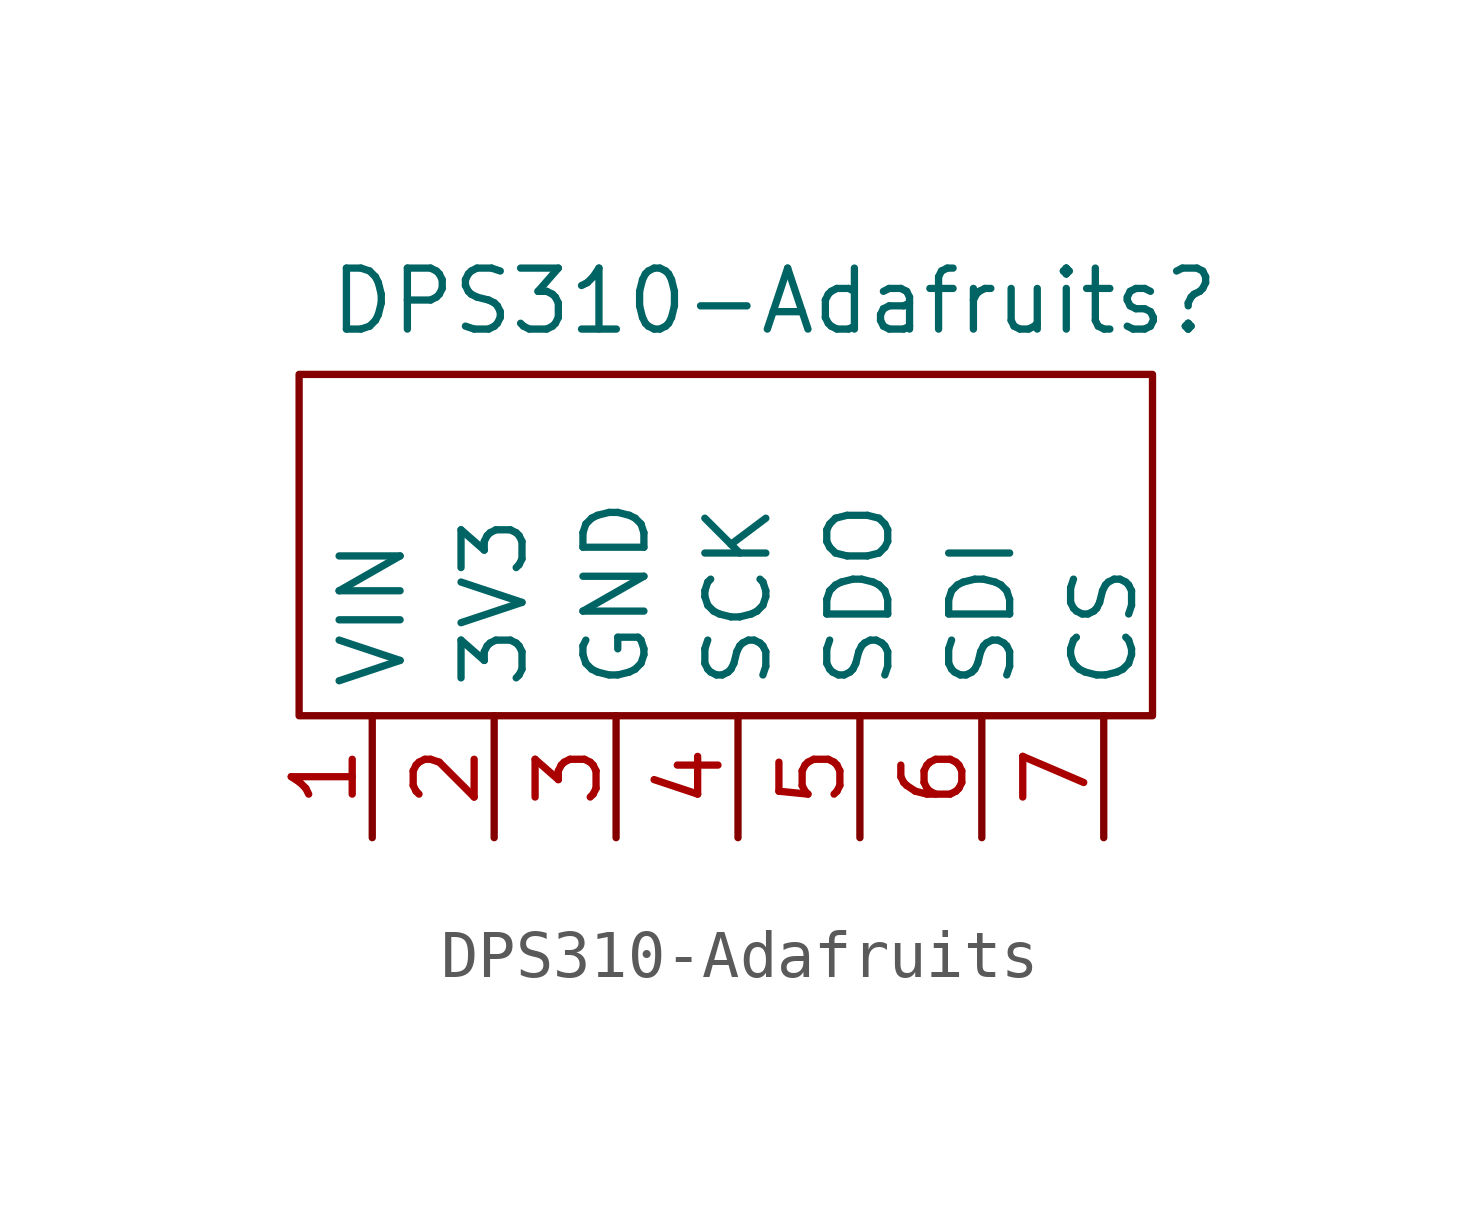
<source format=kicad_sym>
(kicad_symbol_lib
  (version 20231120)
  (generator "kicad_symbol_editor")
  (generator_version "8.0")
  (symbol "DPS310-Adafruits"
    (property "Reference" "DPS310-Adafruits"
      (at 0.762 4.826 0)
      (effects (font (size 1.27 1.27))))
    (property "Value" ""
      (at -3.81 -1.27 0)
      (effects (font (size 1.27 1.27))))
    (symbol "DPS310-Adafruits_0_1"
      (rectangle (start -9.144 3.302) (end 8.636 -3.81) (stroke (width 0) (type default)) (fill (type none))))
    (symbol "DPS310-Adafruits_1_0"
      (pin unspecified line (at -5.08 -6.35 90) (length 2.54) (name "3V3" (effects (font (size 1.27 1.27)))) (number "2" (effects (font (size 1.27 1.27)))))
      (pin unspecified line (at -2.54 -6.35 90) (length 2.54) (name "GND" (effects (font (size 1.27 1.27)))) (number "3" (effects (font (size 1.27 1.27)))))
      (pin unspecified line (at 0 -6.35 90) (length 2.54) (name "SCK" (effects (font (size 1.27 1.27)))) (number "4" (effects (font (size 1.27 1.27)))))
      (pin unspecified line (at 2.54 -6.35 90) (length 2.54) (name "SDO" (effects (font (size 1.27 1.27)))) (number "5" (effects (font (size 1.27 1.27)))))
      (pin unspecified line (at 5.08 -6.35 90) (length 2.54) (name "SDI" (effects (font (size 1.27 1.27)))) (number "6" (effects (font (size 1.27 1.27)))))
      (pin unspecified line (at 7.62 -6.35 90) (length 2.54) (name "CS" (effects (font (size 1.27 1.27)))) (number "7" (effects (font (size 1.27 1.27))))))
    (symbol "DPS310-Adafruits_1_1"
      (pin unspecified line (at -7.62 -6.35 90) (length 2.54) (name "VIN" (effects (font (size 1.27 1.27)))) (number "1" (effects (font (size 1.27 1.27))))))))
</source>
